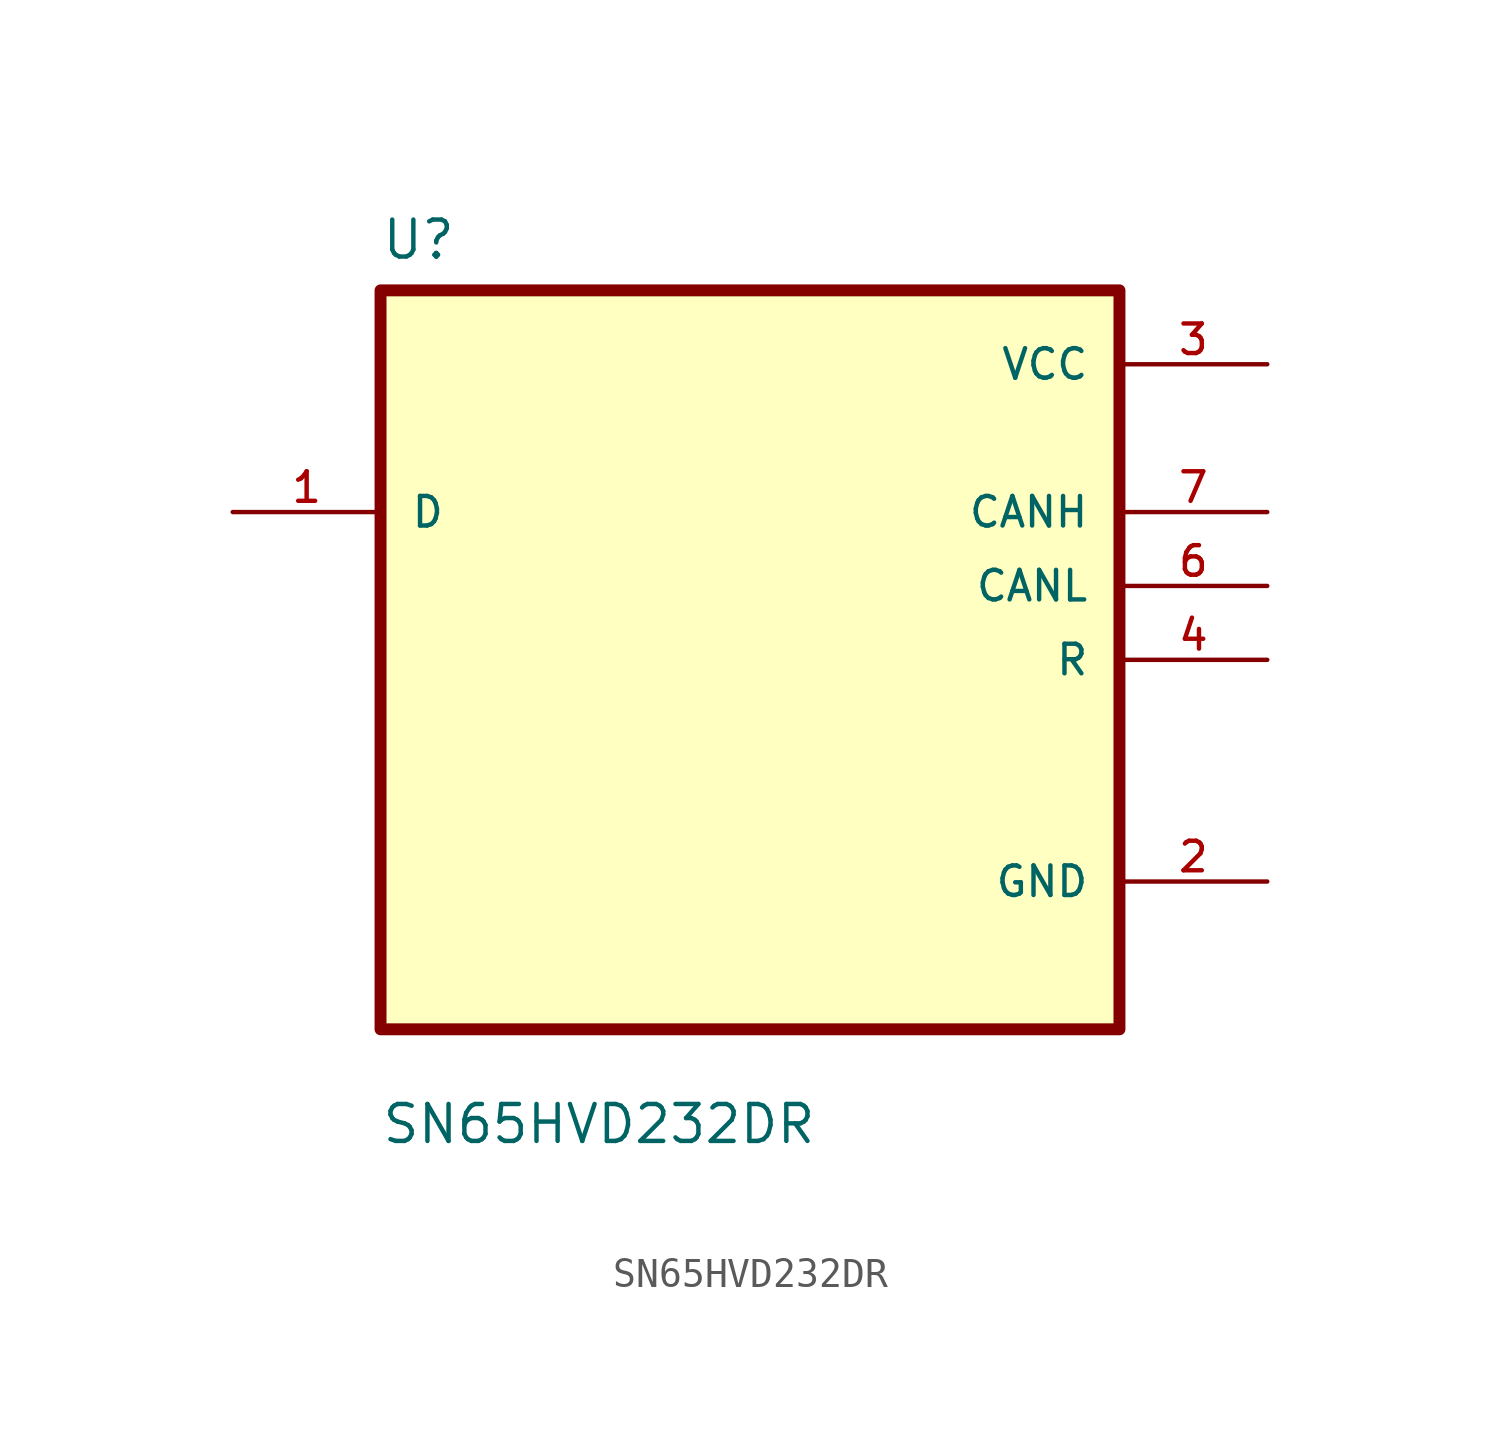
<source format=kicad_sym>
(kicad_symbol_lib
  (version 20211014)
  (generator kicad_symbol_editor)
  (symbol "SN65HVD232DR"
    (pin_names
      (offset 1.016))
    (property "Reference" "U"
      (at -12.7 13.7 0.0)
      (effects (font (size 1.27 1.27)) (justify bottom left)))
    (property "Value" "SN65HVD232DR"
      (at -12.7 -16.7 0.0)
      (effects (font (size 1.27 1.27)) (justify bottom left)))
    (symbol "SN65HVD232DR_0_0"
      (rectangle (start -12.7 -12.7) (end 12.7 12.7) (stroke (width 0.41)) (fill (type background)))
      (pin input line (at -17.78 5.08 0) (length 5.08) (name "D" (effects (font (size 1.016 1.016)))) (number "1" (effects (font (size 1.016 1.016)))))
      (pin power_in line (at 17.78 10.16 180.0) (length 5.08) (name "VCC" (effects (font (size 1.016 1.016)))) (number "3" (effects (font (size 1.016 1.016)))))
      (pin output line (at 17.78 5.08 180.0) (length 5.08) (name "CANH" (effects (font (size 1.016 1.016)))) (number "7" (effects (font (size 1.016 1.016)))))
      (pin output line (at 17.78 2.54 180.0) (length 5.08) (name "CANL" (effects (font (size 1.016 1.016)))) (number "6" (effects (font (size 1.016 1.016)))))
      (pin output line (at 17.78 0.0 180.0) (length 5.08) (name "R" (effects (font (size 1.016 1.016)))) (number "4" (effects (font (size 1.016 1.016)))))
      (pin power_in line (at 17.78 -7.62 180.0) (length 5.08) (name "GND" (effects (font (size 1.016 1.016)))) (number "2" (effects (font (size 1.016 1.016))))))))
</source>
